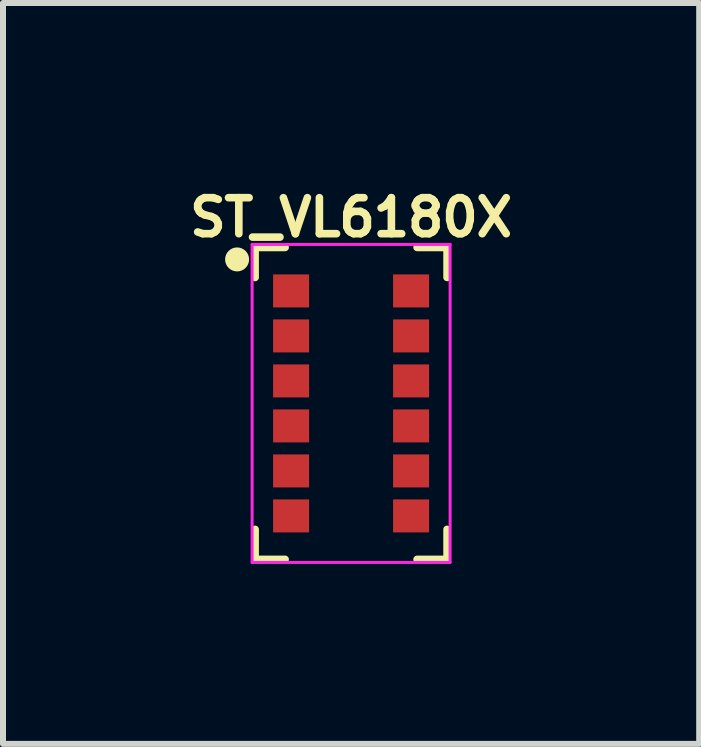
<source format=kicad_pcb>
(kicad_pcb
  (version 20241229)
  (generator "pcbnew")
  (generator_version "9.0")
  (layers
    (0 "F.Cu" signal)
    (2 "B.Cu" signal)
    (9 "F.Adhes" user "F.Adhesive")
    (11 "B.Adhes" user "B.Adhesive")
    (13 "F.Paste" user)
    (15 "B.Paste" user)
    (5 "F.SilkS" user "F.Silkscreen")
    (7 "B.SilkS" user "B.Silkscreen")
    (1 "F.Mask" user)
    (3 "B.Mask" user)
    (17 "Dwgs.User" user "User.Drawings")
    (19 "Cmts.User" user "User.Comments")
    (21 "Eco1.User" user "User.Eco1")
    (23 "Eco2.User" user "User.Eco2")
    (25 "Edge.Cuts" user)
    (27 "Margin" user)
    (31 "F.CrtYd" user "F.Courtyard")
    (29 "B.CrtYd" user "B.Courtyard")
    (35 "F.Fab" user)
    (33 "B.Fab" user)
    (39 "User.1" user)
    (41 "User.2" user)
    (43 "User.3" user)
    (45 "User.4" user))
  (footprint "ST_VL6180X"
    (layer "F.Cu")
    (at 2.802 3.674)
    (property "Reference" "ST_VL6180X" (at 0 -3.1 0) (layer "F.SilkS") (effects (font (size 0.6 0.6) (thickness 0.127))))
    (attr smd)
    (fp_line (start -1.6 -2.6) (end -1.6 -2.1) (stroke (width 0.127) (type solid)) (layer "F.SilkS"))
    (fp_line (start -1.6 2.1) (end -1.6 2.6) (stroke (width 0.127) (type solid)) (layer "F.SilkS"))
    (fp_line (start -1.6 2.6) (end -1.1 2.6) (stroke (width 0.127) (type solid)) (layer "F.SilkS"))
    (fp_line (start -1.1 -2.6) (end -1.6 -2.6) (stroke (width 0.127) (type solid)) (layer "F.SilkS"))
    (fp_line (start 1.1 -2.6) (end 1.6 -2.6) (stroke (width 0.127) (type solid)) (layer "F.SilkS"))
    (fp_line (start 1.1 2.6) (end 1.6 2.6) (stroke (width 0.127) (type solid)) (layer "F.SilkS"))
    (fp_line (start 1.6 -2.6) (end 1.6 -2.1) (stroke (width 0.127) (type solid)) (layer "F.SilkS"))
    (fp_line (start 1.6 2.6) (end 1.6 2.1) (stroke (width 0.127) (type solid)) (layer "F.SilkS"))
    (fp_circle (center -1.9 -2.4) (end -1.8 -2.4) (stroke (width 0.2) (type solid)) (fill no) (layer "F.SilkS"))
    (fp_line (start -1.65 -2.65) (end -1.65 2.65) (stroke (width 0.05) (type solid)) (layer "F.CrtYd"))
    (fp_line (start -1.65 -2.65) (end 1.65 -2.65) (stroke (width 0.05) (type solid)) (layer "F.CrtYd"))
    (fp_line (start -1.65 2.65) (end 1.65 2.65) (stroke (width 0.05) (type solid)) (layer "F.CrtYd"))
    (fp_line (start 1.65 2.65) (end 1.65 -2.65) (stroke (width 0.05) (type solid)) (layer "F.CrtYd"))
    (pad "1" smd rect (at -1 -1.875) (size 0.6 0.55) (layers "F.Cu" "F.Mask" "F.Paste"))
    (pad "2" smd rect (at -1 -1.125) (size 0.6 0.55) (layers "F.Cu" "F.Mask" "F.Paste"))
    (pad "3" smd rect (at -1 -0.375) (size 0.6 0.55) (layers "F.Cu" "F.Mask" "F.Paste"))
    (pad "4" smd rect (at -1 0.375) (size 0.6 0.55) (layers "F.Cu" "F.Mask" "F.Paste"))
    (pad "5" smd rect (at -1 1.125) (size 0.6 0.55) (layers "F.Cu" "F.Mask" "F.Paste"))
    (pad "6" smd rect (at -1 1.875) (size 0.6 0.55) (layers "F.Cu" "F.Mask" "F.Paste"))
    (pad "7" smd rect (at 1 1.875) (size 0.6 0.55) (layers "F.Cu" "F.Mask" "F.Paste"))
    (pad "8" smd rect (at 1 1.125) (size 0.6 0.55) (layers "F.Cu" "F.Mask" "F.Paste"))
    (pad "9" smd rect (at 1 0.375) (size 0.6 0.55) (layers "F.Cu" "F.Mask" "F.Paste"))
    (pad "10" smd rect (at 1 -0.375) (size 0.6 0.55) (layers "F.Cu" "F.Mask" "F.Paste"))
    (pad "11" smd rect (at 1 -1.125) (size 0.6 0.55) (layers "F.Cu" "F.Mask" "F.Paste"))
    (pad "12" smd rect (at 1 -1.875) (size 0.6 0.55) (layers "F.Cu" "F.Mask" "F.Paste")))
  (gr_rect
    (start -3 -3)
    (end 8.604 9.349)
    (stroke (width 0.1) (type default))
    (fill no)
    (layer "Edge.Cuts")))
</source>
